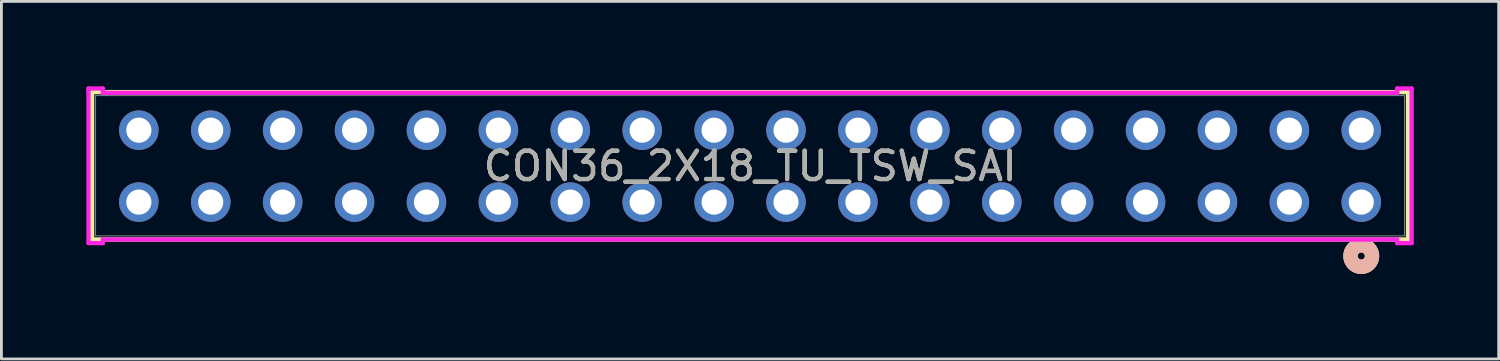
<source format=kicad_pcb>
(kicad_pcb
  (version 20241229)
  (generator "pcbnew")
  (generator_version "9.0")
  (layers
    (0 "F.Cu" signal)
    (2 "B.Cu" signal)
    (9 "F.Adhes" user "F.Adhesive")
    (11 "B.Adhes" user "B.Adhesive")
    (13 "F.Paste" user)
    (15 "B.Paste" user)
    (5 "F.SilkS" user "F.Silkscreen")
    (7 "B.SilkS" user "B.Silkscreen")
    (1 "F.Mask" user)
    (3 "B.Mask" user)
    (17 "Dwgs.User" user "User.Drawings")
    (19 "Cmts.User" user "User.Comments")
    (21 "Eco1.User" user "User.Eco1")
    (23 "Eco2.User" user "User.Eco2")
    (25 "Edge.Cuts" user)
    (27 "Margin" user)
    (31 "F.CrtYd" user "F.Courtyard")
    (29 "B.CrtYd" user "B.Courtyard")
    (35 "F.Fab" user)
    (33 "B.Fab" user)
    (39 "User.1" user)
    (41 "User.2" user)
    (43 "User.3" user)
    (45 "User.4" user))
  (footprint "CON36_2X18_TU_TSW_SAI"
    (layer "F.Cu")
    (at 23.444 2.819)
    (property "Reference" "CON36_2X18_TU_TSW_SAI" (at 0 0 0) (unlocked yes) (layer "F.SilkS") (effects (font (size 1 1) (thickness 0.15))))
    (attr through_hole)
    (fp_line (start -23.241 -2.616) (end -23.241 2.591) (stroke (width 0.152) (type solid)) (layer "F.SilkS"))
    (fp_line (start -23.241 2.591) (end 23.241 2.591) (stroke (width 0.152) (type solid)) (layer "F.SilkS"))
    (fp_line (start 23.241 -2.616) (end -23.241 -2.616) (stroke (width 0.152) (type solid)) (layer "F.SilkS"))
    (fp_line (start 23.241 2.591) (end 23.241 -2.616) (stroke (width 0.152) (type solid)) (layer "F.SilkS"))
    (fp_circle (center 21.59 3.175) (end 21.971 3.175) (stroke (width 0.508) (type solid)) (fill no) (layer "F.SilkS"))
    (fp_circle (center 21.59 3.175) (end 21.971 3.175) (stroke (width 0.508) (type solid)) (fill no) (layer "B.SilkS"))
    (fp_line (start -23.368 -2.743) (end -23.368 2.718) (stroke (width 0.152) (type solid)) (layer "F.CrtYd"))
    (fp_line (start -23.368 2.718) (end -22.86 2.718) (stroke (width 0.152) (type solid)) (layer "F.CrtYd"))
    (fp_line (start -22.86 -2.743) (end -23.368 -2.743) (stroke (width 0.152) (type solid)) (layer "F.CrtYd"))
    (fp_line (start -22.86 -2.591) (end -22.86 -2.743) (stroke (width 0.152) (type solid)) (layer "F.CrtYd"))
    (fp_line (start -22.86 2.591) (end 22.86 2.591) (stroke (width 0.152) (type solid)) (layer "F.CrtYd"))
    (fp_line (start -22.86 2.718) (end -22.86 2.591) (stroke (width 0.152) (type solid)) (layer "F.CrtYd"))
    (fp_line (start 22.86 -2.743) (end 22.86 -2.591) (stroke (width 0.152) (type solid)) (layer "F.CrtYd"))
    (fp_line (start 22.86 -2.591) (end -22.86 -2.591) (stroke (width 0.152) (type solid)) (layer "F.CrtYd"))
    (fp_line (start 22.86 2.591) (end 22.86 2.718) (stroke (width 0.152) (type solid)) (layer "F.CrtYd"))
    (fp_line (start 22.86 2.718) (end 23.368 2.718) (stroke (width 0.152) (type solid)) (layer "F.CrtYd"))
    (fp_line (start 23.368 -2.743) (end 22.86 -2.743) (stroke (width 0.152) (type solid)) (layer "F.CrtYd"))
    (fp_line (start 23.368 2.718) (end 23.368 -2.743) (stroke (width 0.152) (type solid)) (layer "F.CrtYd"))
    (fp_line (start -23.114 -2.489) (end -23.114 2.464) (stroke (width 0.025) (type solid)) (layer "F.Fab"))
    (fp_line (start -23.114 2.464) (end 23.114 2.464) (stroke (width 0.025) (type solid)) (layer "F.Fab"))
    (fp_line (start 23.114 -2.489) (end -23.114 -2.489) (stroke (width 0.025) (type solid)) (layer "F.Fab"))
    (fp_line (start 23.114 2.464) (end 23.114 -2.489) (stroke (width 0.025) (type solid)) (layer "F.Fab"))
    (fp_circle (center 21.59 1.27) (end 21.844 1.27) (stroke (width 0.025) (type solid)) (fill no) (layer "F.Fab"))
    (fp_text user "${REFERENCE}" (at 0 0 0) (unlocked yes) (layer "F.Fab") (effects (font (size 1 1) (thickness 0.15))))
    (pad "1" thru_hole circle (at 21.59 1.27 90) (size 1.397 1.397) (drill 0.889) (layers "*.Cu" "*.Mask"))
    (pad "2" thru_hole circle (at 21.59 -1.27 90) (size 1.397 1.397) (drill 0.889) (layers "*.Cu" "*.Mask"))
    (pad "3" thru_hole circle (at 19.05 1.27 90) (size 1.397 1.397) (drill 0.889) (layers "*.Cu" "*.Mask"))
    (pad "4" thru_hole circle (at 19.05 -1.27 90) (size 1.397 1.397) (drill 0.889) (layers "*.Cu" "*.Mask"))
    (pad "5" thru_hole circle (at 16.51 1.27 90) (size 1.397 1.397) (drill 0.889) (layers "*.Cu" "*.Mask"))
    (pad "6" thru_hole circle (at 16.51 -1.27 90) (size 1.397 1.397) (drill 0.889) (layers "*.Cu" "*.Mask"))
    (pad "7" thru_hole circle (at 13.97 1.27 90) (size 1.397 1.397) (drill 0.889) (layers "*.Cu" "*.Mask"))
    (pad "8" thru_hole circle (at 13.97 -1.27 90) (size 1.397 1.397) (drill 0.889) (layers "*.Cu" "*.Mask"))
    (pad "9" thru_hole circle (at 11.43 1.27 90) (size 1.397 1.397) (drill 0.889) (layers "*.Cu" "*.Mask"))
    (pad "10" thru_hole circle (at 11.43 -1.27 90) (size 1.397 1.397) (drill 0.889) (layers "*.Cu" "*.Mask"))
    (pad "11" thru_hole circle (at 8.89 1.27 90) (size 1.397 1.397) (drill 0.889) (layers "*.Cu" "*.Mask"))
    (pad "12" thru_hole circle (at 8.89 -1.27 90) (size 1.397 1.397) (drill 0.889) (layers "*.Cu" "*.Mask"))
    (pad "13" thru_hole circle (at 6.35 1.27 90) (size 1.397 1.397) (drill 0.889) (layers "*.Cu" "*.Mask"))
    (pad "14" thru_hole circle (at 6.35 -1.27 90) (size 1.397 1.397) (drill 0.889) (layers "*.Cu" "*.Mask"))
    (pad "15" thru_hole circle (at 3.81 1.27 90) (size 1.397 1.397) (drill 0.889) (layers "*.Cu" "*.Mask"))
    (pad "16" thru_hole circle (at 3.81 -1.27 90) (size 1.397 1.397) (drill 0.889) (layers "*.Cu" "*.Mask"))
    (pad "17" thru_hole circle (at 1.27 1.27 90) (size 1.397 1.397) (drill 0.889) (layers "*.Cu" "*.Mask"))
    (pad "18" thru_hole circle (at 1.27 -1.27 90) (size 1.397 1.397) (drill 0.889) (layers "*.Cu" "*.Mask"))
    (pad "19" thru_hole circle (at -1.27 1.27 90) (size 1.397 1.397) (drill 0.889) (layers "*.Cu" "*.Mask"))
    (pad "20" thru_hole circle (at -1.27 -1.27 90) (size 1.397 1.397) (drill 0.889) (layers "*.Cu" "*.Mask"))
    (pad "21" thru_hole circle (at -3.81 1.27 90) (size 1.397 1.397) (drill 0.889) (layers "*.Cu" "*.Mask"))
    (pad "22" thru_hole circle (at -3.81 -1.27 90) (size 1.397 1.397) (drill 0.889) (layers "*.Cu" "*.Mask"))
    (pad "23" thru_hole circle (at -6.35 1.27 90) (size 1.397 1.397) (drill 0.889) (layers "*.Cu" "*.Mask"))
    (pad "24" thru_hole circle (at -6.35 -1.27 90) (size 1.397 1.397) (drill 0.889) (layers "*.Cu" "*.Mask"))
    (pad "25" thru_hole circle (at -8.89 1.27 90) (size 1.397 1.397) (drill 0.889) (layers "*.Cu" "*.Mask"))
    (pad "26" thru_hole circle (at -8.89 -1.27 90) (size 1.397 1.397) (drill 0.889) (layers "*.Cu" "*.Mask"))
    (pad "27" thru_hole circle (at -11.43 1.27 90) (size 1.397 1.397) (drill 0.889) (layers "*.Cu" "*.Mask"))
    (pad "28" thru_hole circle (at -11.43 -1.27 90) (size 1.397 1.397) (drill 0.889) (layers "*.Cu" "*.Mask"))
    (pad "29" thru_hole circle (at -13.97 1.27 90) (size 1.397 1.397) (drill 0.889) (layers "*.Cu" "*.Mask"))
    (pad "30" thru_hole circle (at -13.97 -1.27 90) (size 1.397 1.397) (drill 0.889) (layers "*.Cu" "*.Mask"))
    (pad "31" thru_hole circle (at -16.51 1.27 90) (size 1.397 1.397) (drill 0.889) (layers "*.Cu" "*.Mask"))
    (pad "32" thru_hole circle (at -16.51 -1.27 90) (size 1.397 1.397) (drill 0.889) (layers "*.Cu" "*.Mask"))
    (pad "33" thru_hole circle (at -19.05 1.27 90) (size 1.397 1.397) (drill 0.889) (layers "*.Cu" "*.Mask"))
    (pad "34" thru_hole circle (at -19.05 -1.27 90) (size 1.397 1.397) (drill 0.889) (layers "*.Cu" "*.Mask"))
    (pad "35" thru_hole circle (at -21.59 1.27 90) (size 1.397 1.397) (drill 0.889) (layers "*.Cu" "*.Mask"))
    (pad "36" thru_hole circle (at -21.59 -1.27 90) (size 1.397 1.397) (drill 0.889) (layers "*.Cu" "*.Mask")))
  (gr_rect
    (start -3 -3)
    (end 49.888 9.629)
    (stroke (width 0.1) (type default))
    (fill no)
    (layer "Edge.Cuts")))
</source>
